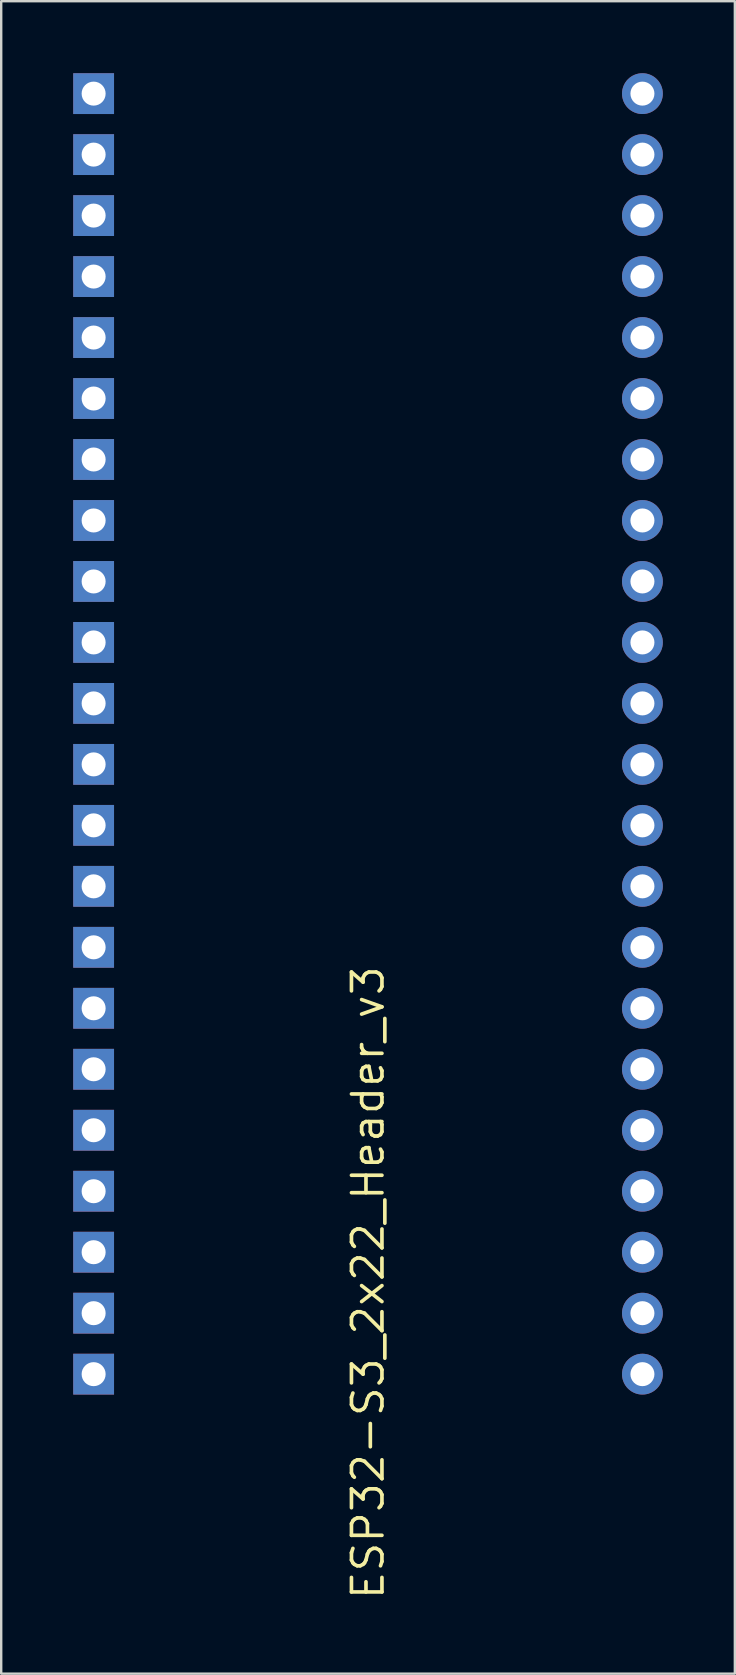
<source format=kicad_pcb>
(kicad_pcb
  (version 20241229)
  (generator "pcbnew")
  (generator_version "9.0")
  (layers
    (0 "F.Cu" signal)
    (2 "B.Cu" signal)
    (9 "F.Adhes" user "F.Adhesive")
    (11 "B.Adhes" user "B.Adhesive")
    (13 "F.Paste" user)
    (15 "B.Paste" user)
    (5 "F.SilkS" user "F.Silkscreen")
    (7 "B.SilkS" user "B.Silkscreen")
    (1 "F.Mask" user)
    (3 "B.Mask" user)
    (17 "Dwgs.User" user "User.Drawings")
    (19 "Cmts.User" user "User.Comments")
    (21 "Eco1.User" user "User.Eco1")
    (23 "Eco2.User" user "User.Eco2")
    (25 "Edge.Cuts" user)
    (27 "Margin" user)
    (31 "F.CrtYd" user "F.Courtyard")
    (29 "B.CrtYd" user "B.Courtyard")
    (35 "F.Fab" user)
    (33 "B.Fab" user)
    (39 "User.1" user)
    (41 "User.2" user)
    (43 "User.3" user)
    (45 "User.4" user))
  (footprint "ESP32-S3_2x22_Header_v3"
    (layer "F.Cu")
    (at 0.85 54.19)
    (property "Reference" "ESP32-S3_2x22_Header_v3" (at 11.43 -3.81 270) (layer "F.SilkS") (effects (font (size 1.27 1.27) (thickness 0.152))))
    (pad "1" thru_hole rect (at 0 -53.34) (size 1.7 1.7) (drill 1) (layers "*.Cu" "*.Mask"))
    (pad "2" thru_hole rect (at 0 -50.8) (size 1.7 1.7) (drill 1) (layers "*.Cu" "*.Mask"))
    (pad "3" thru_hole rect (at 0 -48.26) (size 1.7 1.7) (drill 1) (layers "*.Cu" "*.Mask"))
    (pad "4" thru_hole rect (at 0 -45.72) (size 1.7 1.7) (drill 1) (layers "*.Cu" "*.Mask"))
    (pad "5" thru_hole rect (at 0 -43.18) (size 1.7 1.7) (drill 1) (layers "*.Cu" "*.Mask"))
    (pad "6" thru_hole rect (at 0 -40.64) (size 1.7 1.7) (drill 1) (layers "*.Cu" "*.Mask"))
    (pad "7" thru_hole rect (at 0 -38.1) (size 1.7 1.7) (drill 1) (layers "*.Cu" "*.Mask"))
    (pad "8" thru_hole rect (at 0 -35.56) (size 1.7 1.7) (drill 1) (layers "*.Cu" "*.Mask"))
    (pad "9" thru_hole rect (at 0 -33.02) (size 1.7 1.7) (drill 1) (layers "*.Cu" "*.Mask"))
    (pad "10" thru_hole rect (at 0 -30.48) (size 1.7 1.7) (drill 1) (layers "*.Cu" "*.Mask"))
    (pad "11" thru_hole rect (at 0 -27.94) (size 1.7 1.7) (drill 1) (layers "*.Cu" "*.Mask"))
    (pad "12" thru_hole rect (at 0 -25.4) (size 1.7 1.7) (drill 1) (layers "*.Cu" "*.Mask"))
    (pad "13" thru_hole rect (at 0 -22.86) (size 1.7 1.7) (drill 1) (layers "*.Cu" "*.Mask"))
    (pad "14" thru_hole rect (at 0 -20.32) (size 1.7 1.7) (drill 1) (layers "*.Cu" "*.Mask"))
    (pad "15" thru_hole rect (at 0 -17.78) (size 1.7 1.7) (drill 1) (layers "*.Cu" "*.Mask"))
    (pad "16" thru_hole rect (at 0 -15.24) (size 1.7 1.7) (drill 1) (layers "*.Cu" "*.Mask"))
    (pad "17" thru_hole rect (at 0 -12.7) (size 1.7 1.7) (drill 1) (layers "*.Cu" "*.Mask"))
    (pad "18" thru_hole rect (at 0 -10.16) (size 1.7 1.7) (drill 1) (layers "*.Cu" "*.Mask"))
    (pad "19" thru_hole rect (at 0 -7.62) (size 1.7 1.7) (drill 1) (layers "*.Cu" "*.Mask"))
    (pad "20" thru_hole rect (at 0 -5.08) (size 1.7 1.7) (drill 1) (layers "*.Cu" "*.Mask"))
    (pad "21" thru_hole rect (at 0 -2.54) (size 1.7 1.7) (drill 1) (layers "*.Cu" "*.Mask"))
    (pad "22" thru_hole rect (at 0 0) (size 1.7 1.7) (drill 1) (layers "*.Cu" "*.Mask"))
    (pad "23" thru_hole oval (at 22.86 -53.34) (size 1.7 1.7) (drill 1) (layers "*.Cu" "*.Mask"))
    (pad "24" thru_hole oval (at 22.86 -50.8) (size 1.7 1.7) (drill 1) (layers "*.Cu" "*.Mask"))
    (pad "25" thru_hole oval (at 22.86 -48.26) (size 1.7 1.7) (drill 1) (layers "*.Cu" "*.Mask"))
    (pad "26" thru_hole oval (at 22.86 -45.72) (size 1.7 1.7) (drill 1) (layers "*.Cu" "*.Mask"))
    (pad "27" thru_hole oval (at 22.86 -43.18) (size 1.7 1.7) (drill 1) (layers "*.Cu" "*.Mask"))
    (pad "28" thru_hole oval (at 22.86 -40.64) (size 1.7 1.7) (drill 1) (layers "*.Cu" "*.Mask"))
    (pad "29" thru_hole oval (at 22.86 -38.1) (size 1.7 1.7) (drill 1) (layers "*.Cu" "*.Mask"))
    (pad "30" thru_hole oval (at 22.86 -35.56) (size 1.7 1.7) (drill 1) (layers "*.Cu" "*.Mask"))
    (pad "31" thru_hole oval (at 22.86 -33.02) (size 1.7 1.7) (drill 1) (layers "*.Cu" "*.Mask"))
    (pad "32" thru_hole oval (at 22.86 -30.48) (size 1.7 1.7) (drill 1) (layers "*.Cu" "*.Mask"))
    (pad "33" thru_hole oval (at 22.86 -27.94) (size 1.7 1.7) (drill 1) (layers "*.Cu" "*.Mask"))
    (pad "34" thru_hole oval (at 22.86 -25.4) (size 1.7 1.7) (drill 1) (layers "*.Cu" "*.Mask"))
    (pad "35" thru_hole oval (at 22.86 -22.86) (size 1.7 1.7) (drill 1) (layers "*.Cu" "*.Mask"))
    (pad "36" thru_hole oval (at 22.86 -20.32) (size 1.7 1.7) (drill 1) (layers "*.Cu" "*.Mask"))
    (pad "37" thru_hole oval (at 22.86 -17.78) (size 1.7 1.7) (drill 1) (layers "*.Cu" "*.Mask"))
    (pad "38" thru_hole oval (at 22.86 -15.24) (size 1.7 1.7) (drill 1) (layers "*.Cu" "*.Mask"))
    (pad "39" thru_hole oval (at 22.86 -12.7) (size 1.7 1.7) (drill 1) (layers "*.Cu" "*.Mask"))
    (pad "40" thru_hole oval (at 22.86 -10.16) (size 1.7 1.7) (drill 1) (layers "*.Cu" "*.Mask"))
    (pad "41" thru_hole oval (at 22.86 -7.62) (size 1.7 1.7) (drill 1) (layers "*.Cu" "*.Mask"))
    (pad "42" thru_hole oval (at 22.86 -5.08) (size 1.7 1.7) (drill 1) (layers "*.Cu" "*.Mask"))
    (pad "43" thru_hole oval (at 22.86 -2.54) (size 1.7 1.7) (drill 1) (layers "*.Cu" "*.Mask"))
    (pad "44" thru_hole oval (at 22.86 0) (size 1.7 1.7) (drill 1) (layers "*.Cu" "*.Mask")))
  (gr_rect
    (start -3 -3)
    (end 27.56 66.665)
    (stroke (width 0.1) (type default))
    (fill no)
    (layer "Edge.Cuts")))
</source>
